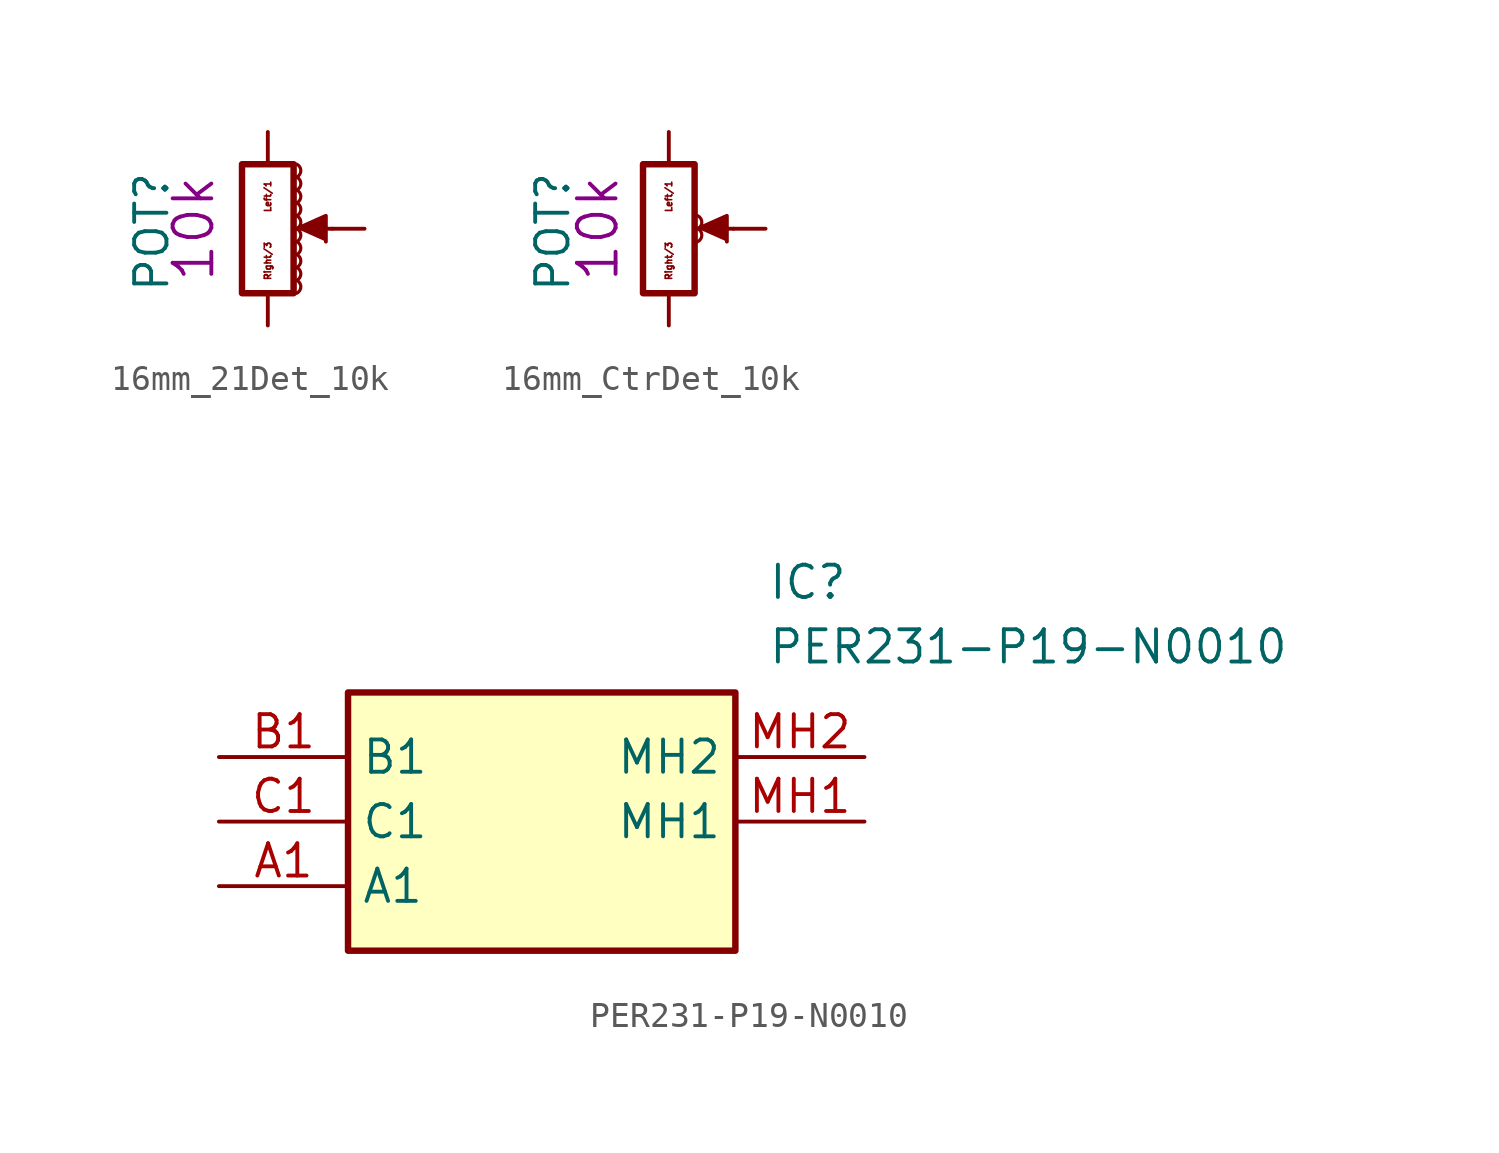
<source format=kicad_sym>
(kicad_symbol_lib
  (version 20220914)
  (generator kicad_symbol_editor)
  (symbol "16mm_21Det_10k"
    (pin_numbers hide)
    (pin_names
      (offset 1.016) hide)
    (property "Reference" "POT"
      (at -4.572 -0.127 90)
      (effects (font (size 1.27 1.27))))
    (property "Display" "10k"
      (at -2.921 0 90)
      (effects (font (size 1.524 1.524))))
    (symbol "16mm_21Det_10k_0_1"
      (rectangle (start 1.016 2.54) (end -1.016 -2.54) (stroke (width 0.254) (type default)) (fill (type none)))
      (arc (start 1.143 0.508) (mid 1.3 0.762) (end 1.143 1.016) (stroke (width 0.127) (type default)) (fill (type none))))
    (symbol "16mm_21Det_10k_1_1"
      (polyline (pts (xy 2.54 0) (xy 1.524 0)) (stroke (width 0) (type default)) (fill (type none)))
      (polyline (pts (xy 1.143 0) (xy 2.286 0.508) (xy 2.286 -0.508)) (stroke (width 0) (type default)) (fill (type outline)))
      (arc (start 1.143 -2.54) (mid 1.3 -2.286) (end 1.143 -2.032) (stroke (width 0.127) (type default)) (fill (type none)))
      (arc (start 1.143 -2.032) (mid 1.3 -1.778) (end 1.143 -1.524) (stroke (width 0.127) (type default)) (fill (type none)))
      (arc (start 1.143 -1.524) (mid 1.3 -1.27) (end 1.143 -1.016) (stroke (width 0.127) (type default)) (fill (type none)))
      (arc (start 1.143 -1.016) (mid 1.3 -0.762) (end 1.143 -0.508) (stroke (width 0.127) (type default)) (fill (type none)))
      (arc (start 1.143 -0.508) (mid 1.3 -0.254) (end 1.143 0) (stroke (width 0.127) (type default)) (fill (type none)))
      (arc (start 1.143 0) (mid 1.3 0.254) (end 1.143 0.508) (stroke (width 0.127) (type default)) (fill (type none)))
      (arc (start 1.143 1.016) (mid 1.3 1.27) (end 1.143 1.524) (stroke (width 0.127) (type default)) (fill (type none)))
      (arc (start 1.143 1.524) (mid 1.3 1.778) (end 1.143 2.032) (stroke (width 0.127) (type default)) (fill (type none)))
      (arc (start 1.143 2.032) (mid 1.3 2.286) (end 1.143 2.54) (stroke (width 0.127) (type default)) (fill (type none)))
      (text "Left/1" (at 0 1.27 900) (effects (font (size 0.254 0.254))))
      (text "Right/3" (at 0 -1.27 900) (effects (font (size 0.254 0.254))))
      (pin passive line (at 0 3.81 270) (length 1.27) (name "Left" (effects (font (size 1.27 1.27)))) (number "1" (effects (font (size 1.27 1.27)))))
      (pin passive line (at 3.81 0 180) (length 1.27) (name "Center" (effects (font (size 1.27 1.27)))) (number "2" (effects (font (size 1.27 1.27)))))
      (pin passive line (at 0 -3.81 90) (length 1.27) (name "Right" (effects (font (size 1.27 1.27)))) (number "3" (effects (font (size 1.27 1.27)))))))
  (symbol "16mm_CtrDet_10k"
    (pin_numbers hide)
    (pin_names
      (offset 1.016) hide)
    (property "Reference" "POT"
      (at -4.572 -0.127 90)
      (effects (font (size 1.27 1.27))))
    (property "Display" "10k"
      (at -2.794 0 90)
      (effects (font (size 1.524 1.524))))
    (symbol "16mm_CtrDet_10k_0_1"
      (rectangle (start 1.016 2.54) (end -1.016 -2.54) (stroke (width 0.254) (type default)) (fill (type none))))
    (symbol "16mm_CtrDet_10k_1_1"
      (polyline (pts (xy 2.54 0) (xy 1.524 0)) (stroke (width 0) (type default)) (fill (type none)))
      (polyline (pts (xy 1.143 0) (xy 2.286 0.508) (xy 2.286 -0.508)) (stroke (width 0) (type default)) (fill (type outline)))
      (arc (start 1.143 -0.508) (mid 1.3 -0.254) (end 1.143 0) (stroke (width 0.127) (type default)) (fill (type none)))
      (arc (start 1.143 0) (mid 1.3 0.254) (end 1.143 0.508) (stroke (width 0.127) (type default)) (fill (type none)))
      (text "Left/1" (at 0 1.27 900) (effects (font (size 0.254 0.254))))
      (text "Right/3" (at 0 -1.27 900) (effects (font (size 0.254 0.254))))
      (pin passive line (at 0 3.81 270) (length 1.27) (name "Left" (effects (font (size 1.27 1.27)))) (number "1" (effects (font (size 1.27 1.27)))))
      (pin passive line (at 3.81 0 180) (length 1.27) (name "Center" (effects (font (size 1.27 1.27)))) (number "2" (effects (font (size 1.27 1.27)))))
      (pin passive line (at 0 -3.81 90) (length 1.27) (name "Right" (effects (font (size 1.27 1.27)))) (number "3" (effects (font (size 1.27 1.27)))))))
  (symbol "PER231-P19-N0010"
    (property "Reference" "IC"
      (at 21.59 7.62 0)
      (effects (font (size 1.27 1.27)) (justify left top)))
    (property "Value" "PER231-P19-N0010"
      (at 21.59 5.08 0)
      (effects (font (size 1.27 1.27)) (justify left top)))
    (rectangle
      (start 5.08 2.54)
      (end 20.32 -7.62)
      (stroke (width 0.254) (type default))
      (fill (type background)))
    (pin passive line
      (at 0 -5.08 0)
      (length 5.08)
      (name "A1" (effects (font (size 1.27 1.27))))
      (number "A1" (effects (font (size 1.27 1.27)))))
    (pin passive line
      (at 0 0 0)
      (length 5.08)
      (name "B1" (effects (font (size 1.27 1.27))))
      (number "B1" (effects (font (size 1.27 1.27)))))
    (pin passive line
      (at 0 -2.54 0)
      (length 5.08)
      (name "C1" (effects (font (size 1.27 1.27))))
      (number "C1" (effects (font (size 1.27 1.27)))))
    (pin passive line
      (at 25.4 -2.54 180)
      (length 5.08)
      (name "MH1" (effects (font (size 1.27 1.27))))
      (number "MH1" (effects (font (size 1.27 1.27)))))
    (pin passive line
      (at 25.4 0 180)
      (length 5.08)
      (name "MH2" (effects (font (size 1.27 1.27))))
      (number "MH2" (effects (font (size 1.27 1.27)))))))
</source>
